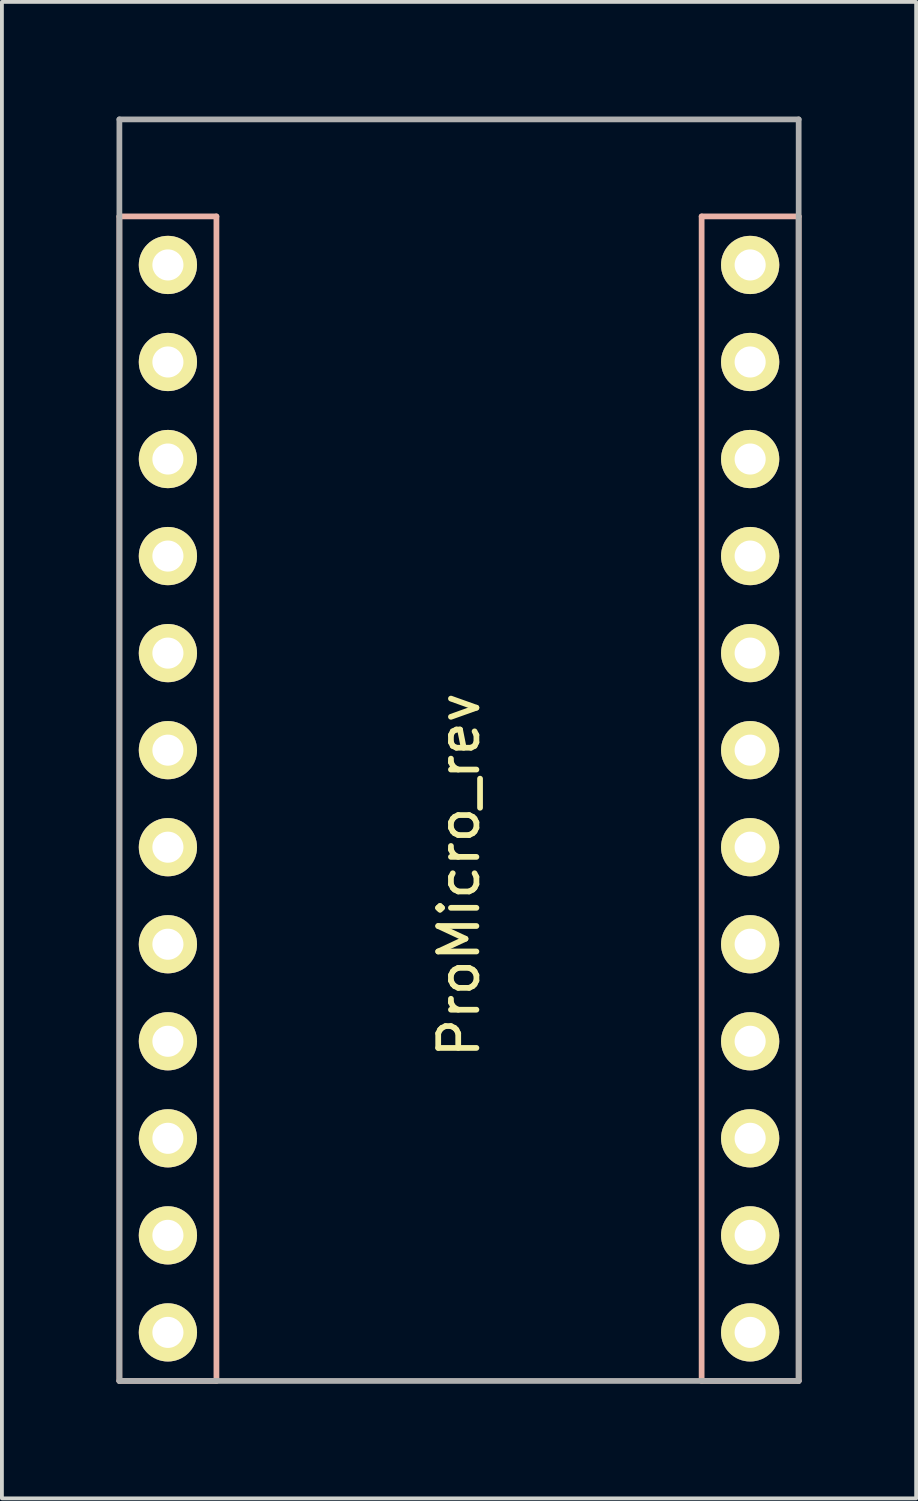
<source format=kicad_pcb>
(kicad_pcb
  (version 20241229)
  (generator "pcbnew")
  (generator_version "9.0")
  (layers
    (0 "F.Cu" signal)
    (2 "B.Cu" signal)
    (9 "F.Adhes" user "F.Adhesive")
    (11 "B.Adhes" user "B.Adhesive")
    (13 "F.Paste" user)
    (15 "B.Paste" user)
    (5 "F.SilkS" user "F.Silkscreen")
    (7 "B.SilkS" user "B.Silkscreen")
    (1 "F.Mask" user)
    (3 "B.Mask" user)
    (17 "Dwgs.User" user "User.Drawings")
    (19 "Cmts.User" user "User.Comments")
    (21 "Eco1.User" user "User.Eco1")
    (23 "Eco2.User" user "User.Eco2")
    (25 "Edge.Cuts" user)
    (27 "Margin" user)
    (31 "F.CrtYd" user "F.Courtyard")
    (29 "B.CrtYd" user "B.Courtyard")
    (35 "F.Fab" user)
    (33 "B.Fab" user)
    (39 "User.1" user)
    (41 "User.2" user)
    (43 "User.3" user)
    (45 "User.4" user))
  (footprint "ProMicro_rev"
    (layer "F.Cu")
    (at 8.965 17.855)
    (property "Reference" "ProMicro_rev" (at 0 2 270) (layer "F.SilkS") (effects (font (size 1 1) (thickness 0.15))))
    (attr through_hole)
    (fp_line (start -8.89 -15.24) (end -6.35 -15.24) (stroke (width 0.15) (type solid)) (layer "B.SilkS"))
    (fp_line (start -8.89 15.24) (end -8.89 -15.24) (stroke (width 0.15) (type solid)) (layer "B.SilkS"))
    (fp_line (start -6.35 -15.24) (end -6.35 15.24) (stroke (width 0.15) (type solid)) (layer "B.SilkS"))
    (fp_line (start -6.35 15.24) (end -8.89 15.24) (stroke (width 0.15) (type solid)) (layer "B.SilkS"))
    (fp_line (start 6.35 -15.24) (end 8.89 -15.24) (stroke (width 0.15) (type solid)) (layer "B.SilkS"))
    (fp_line (start 6.35 15.24) (end 6.35 -15.24) (stroke (width 0.15) (type solid)) (layer "B.SilkS"))
    (fp_line (start 8.89 -15.24) (end 8.89 15.24) (stroke (width 0.15) (type solid)) (layer "B.SilkS"))
    (fp_line (start 8.89 15.24) (end 6.35 15.24) (stroke (width 0.15) (type solid)) (layer "B.SilkS"))
    (fp_line (start -8.89 -17.78) (end 8.89 -17.78) (stroke (width 0.15) (type solid)) (layer "F.Fab"))
    (fp_line (start -8.89 15.24) (end -8.89 -17.78) (stroke (width 0.15) (type solid)) (layer "F.Fab"))
    (fp_line (start 8.89 -17.78) (end 8.89 15.24) (stroke (width 0.15) (type solid)) (layer "F.Fab"))
    (fp_line (start 8.89 15.24) (end -8.89 15.24) (stroke (width 0.15) (type solid)) (layer "F.Fab"))
    (pad "1" thru_hole circle (at -7.62 -13.97) (size 1.524 1.524) (drill 0.813) (layers "*.Cu" "*.Mask" "F.SilkS"))
    (pad "2" thru_hole circle (at -7.62 -11.43) (size 1.524 1.524) (drill 0.813) (layers "*.Cu" "*.Mask" "F.SilkS"))
    (pad "3" thru_hole circle (at -7.62 -8.89) (size 1.524 1.524) (drill 0.813) (layers "*.Cu" "*.Mask" "F.SilkS"))
    (pad "4" thru_hole circle (at -7.62 -6.35) (size 1.524 1.524) (drill 0.813) (layers "*.Cu" "*.Mask" "F.SilkS"))
    (pad "5" thru_hole circle (at -7.62 -3.81) (size 1.524 1.524) (drill 0.813) (layers "*.Cu" "*.Mask" "F.SilkS"))
    (pad "6" thru_hole circle (at -7.62 -1.27) (size 1.524 1.524) (drill 0.813) (layers "*.Cu" "*.Mask" "F.SilkS"))
    (pad "7" thru_hole circle (at -7.62 1.27) (size 1.524 1.524) (drill 0.813) (layers "*.Cu" "*.Mask" "F.SilkS"))
    (pad "8" thru_hole circle (at -7.62 3.81) (size 1.524 1.524) (drill 0.813) (layers "*.Cu" "*.Mask" "F.SilkS"))
    (pad "9" thru_hole circle (at -7.62 6.35) (size 1.524 1.524) (drill 0.813) (layers "*.Cu" "*.Mask" "F.SilkS"))
    (pad "10" thru_hole circle (at -7.62 8.89) (size 1.524 1.524) (drill 0.813) (layers "*.Cu" "*.Mask" "F.SilkS"))
    (pad "11" thru_hole circle (at -7.62 11.43) (size 1.524 1.524) (drill 0.813) (layers "*.Cu" "*.Mask" "F.SilkS"))
    (pad "12" thru_hole circle (at -7.62 13.97) (size 1.524 1.524) (drill 0.813) (layers "*.Cu" "*.Mask" "F.SilkS"))
    (pad "13" thru_hole circle (at 7.62 13.97) (size 1.524 1.524) (drill 0.813) (layers "*.Cu" "*.Mask" "F.SilkS"))
    (pad "14" thru_hole circle (at 7.62 11.43) (size 1.524 1.524) (drill 0.813) (layers "*.Cu" "*.Mask" "F.SilkS"))
    (pad "15" thru_hole circle (at 7.62 8.89) (size 1.524 1.524) (drill 0.813) (layers "*.Cu" "*.Mask" "F.SilkS"))
    (pad "16" thru_hole circle (at 7.62 6.35) (size 1.524 1.524) (drill 0.813) (layers "*.Cu" "*.Mask" "F.SilkS"))
    (pad "17" thru_hole circle (at 7.62 3.81) (size 1.524 1.524) (drill 0.813) (layers "*.Cu" "*.Mask" "F.SilkS"))
    (pad "18" thru_hole circle (at 7.62 1.27) (size 1.524 1.524) (drill 0.813) (layers "*.Cu" "*.Mask" "F.SilkS"))
    (pad "19" thru_hole circle (at 7.62 -1.27) (size 1.524 1.524) (drill 0.813) (layers "*.Cu" "*.Mask" "F.SilkS"))
    (pad "20" thru_hole circle (at 7.62 -3.81) (size 1.524 1.524) (drill 0.813) (layers "*.Cu" "*.Mask" "F.SilkS"))
    (pad "21" thru_hole circle (at 7.62 -6.35) (size 1.524 1.524) (drill 0.813) (layers "*.Cu" "*.Mask" "F.SilkS"))
    (pad "22" thru_hole circle (at 7.62 -8.89) (size 1.524 1.524) (drill 0.813) (layers "*.Cu" "*.Mask" "F.SilkS"))
    (pad "23" thru_hole circle (at 7.62 -11.43) (size 1.524 1.524) (drill 0.813) (layers "*.Cu" "*.Mask" "F.SilkS"))
    (pad "24" thru_hole circle (at 7.62 -13.97) (size 1.524 1.524) (drill 0.813) (layers "*.Cu" "*.Mask" "F.SilkS")))
  (gr_rect
    (start -3 -3)
    (end 20.93 36.17)
    (stroke (width 0.1) (type default))
    (fill no)
    (layer "Edge.Cuts")))
</source>
